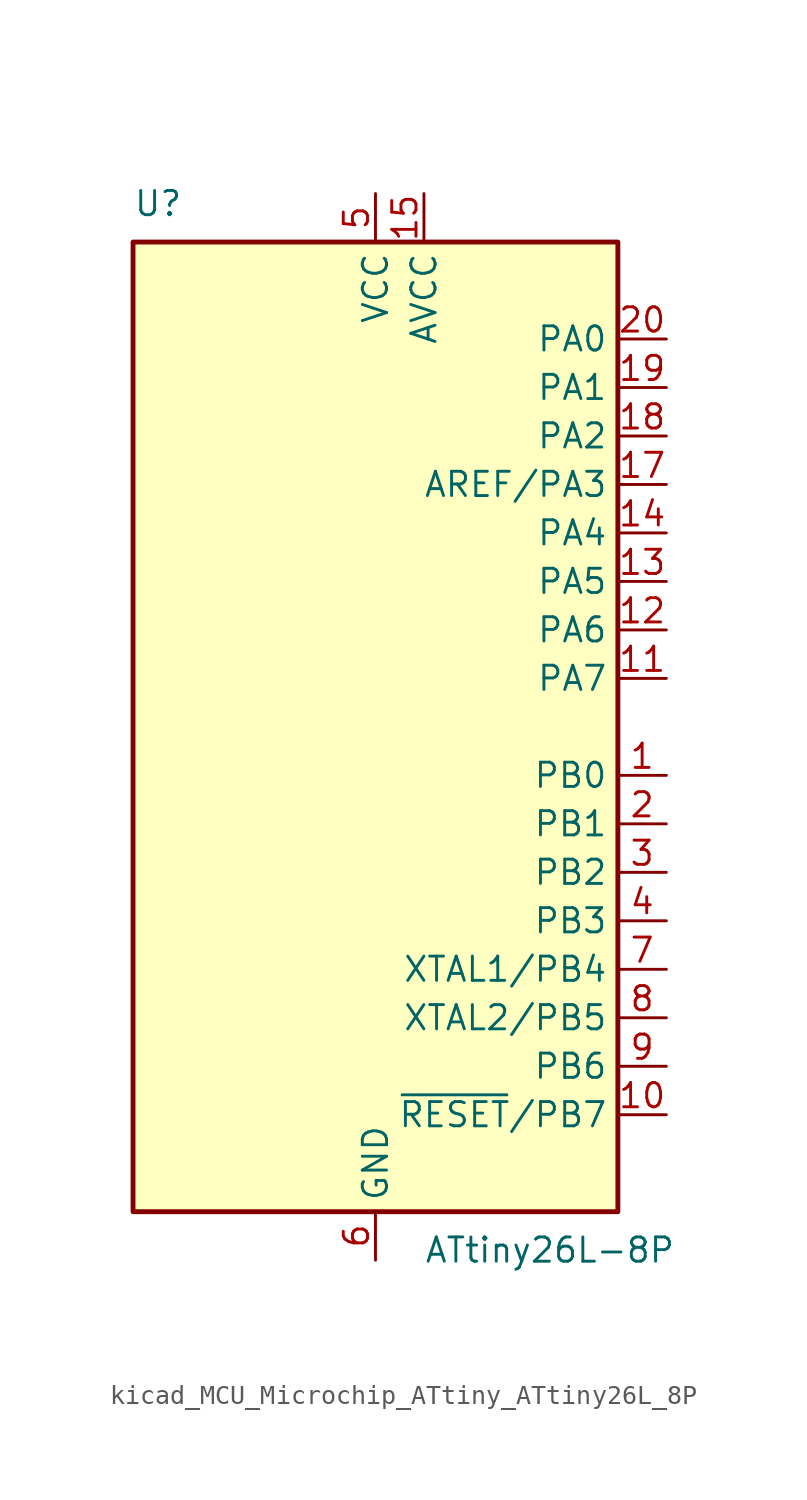
<source format=kicad_sym>
(kicad_symbol_lib
  (version 20220914)
  (generator kicad_symbol_editor)
  (symbol "kicad_MCU_Microchip_ATtiny_ATtiny26L_8P"
    (property "Reference" "U"
      (at -12.7 26.67 0)
      (effects (font (size 1.27 1.27)) (justify left bottom)))
    (property "Value" "ATtiny26L-8P"
      (at 2.54 -26.67 0)
      (effects (font (size 1.27 1.27)) (justify left top)))
    (symbol "kicad_MCU_Microchip_ATtiny_ATtiny26L_8P_0_1"
      (rectangle (start -12.7 -25.4) (end 12.7 25.4) (stroke (width 0.254) (type default)) (fill (type background))))
    (symbol "kicad_MCU_Microchip_ATtiny_ATtiny26L_8P_1_1"
      (pin bidirectional line (at 15.24 -2.54 180) (length 2.54) (name "PB0" (effects (font (size 1.27 1.27)))) (number "1" (effects (font (size 1.27 1.27)))))
      (pin bidirectional line (at 15.24 -20.32 180) (length 2.54) (name "~{RESET}/PB7" (effects (font (size 1.27 1.27)))) (number "10" (effects (font (size 1.27 1.27)))))
      (pin bidirectional line (at 15.24 2.54 180) (length 2.54) (name "PA7" (effects (font (size 1.27 1.27)))) (number "11" (effects (font (size 1.27 1.27)))))
      (pin bidirectional line (at 15.24 5.08 180) (length 2.54) (name "PA6" (effects (font (size 1.27 1.27)))) (number "12" (effects (font (size 1.27 1.27)))))
      (pin bidirectional line (at 15.24 7.62 180) (length 2.54) (name "PA5" (effects (font (size 1.27 1.27)))) (number "13" (effects (font (size 1.27 1.27)))))
      (pin bidirectional line (at 15.24 10.16 180) (length 2.54) (name "PA4" (effects (font (size 1.27 1.27)))) (number "14" (effects (font (size 1.27 1.27)))))
      (pin power_in line (at 2.54 27.94 270) (length 2.54) (name "AVCC" (effects (font (size 1.27 1.27)))) (number "15" (effects (font (size 1.27 1.27)))))
      (pin passive line (at 0 -27.94 90) (length 2.54) hide (name "GND" (effects (font (size 1.27 1.27)))) (number "16" (effects (font (size 1.27 1.27)))))
      (pin bidirectional line (at 15.24 12.7 180) (length 2.54) (name "AREF/PA3" (effects (font (size 1.27 1.27)))) (number "17" (effects (font (size 1.27 1.27)))))
      (pin bidirectional line (at 15.24 15.24 180) (length 2.54) (name "PA2" (effects (font (size 1.27 1.27)))) (number "18" (effects (font (size 1.27 1.27)))))
      (pin bidirectional line (at 15.24 17.78 180) (length 2.54) (name "PA1" (effects (font (size 1.27 1.27)))) (number "19" (effects (font (size 1.27 1.27)))))
      (pin bidirectional line (at 15.24 -5.08 180) (length 2.54) (name "PB1" (effects (font (size 1.27 1.27)))) (number "2" (effects (font (size 1.27 1.27)))))
      (pin bidirectional line (at 15.24 20.32 180) (length 2.54) (name "PA0" (effects (font (size 1.27 1.27)))) (number "20" (effects (font (size 1.27 1.27)))))
      (pin bidirectional line (at 15.24 -7.62 180) (length 2.54) (name "PB2" (effects (font (size 1.27 1.27)))) (number "3" (effects (font (size 1.27 1.27)))))
      (pin bidirectional line (at 15.24 -10.16 180) (length 2.54) (name "PB3" (effects (font (size 1.27 1.27)))) (number "4" (effects (font (size 1.27 1.27)))))
      (pin power_in line (at 0 27.94 270) (length 2.54) (name "VCC" (effects (font (size 1.27 1.27)))) (number "5" (effects (font (size 1.27 1.27)))))
      (pin power_in line (at 0 -27.94 90) (length 2.54) (name "GND" (effects (font (size 1.27 1.27)))) (number "6" (effects (font (size 1.27 1.27)))))
      (pin bidirectional line (at 15.24 -12.7 180) (length 2.54) (name "XTAL1/PB4" (effects (font (size 1.27 1.27)))) (number "7" (effects (font (size 1.27 1.27)))))
      (pin bidirectional line (at 15.24 -15.24 180) (length 2.54) (name "XTAL2/PB5" (effects (font (size 1.27 1.27)))) (number "8" (effects (font (size 1.27 1.27)))))
      (pin bidirectional line (at 15.24 -17.78 180) (length 2.54) (name "PB6" (effects (font (size 1.27 1.27)))) (number "9" (effects (font (size 1.27 1.27))))))))
</source>
